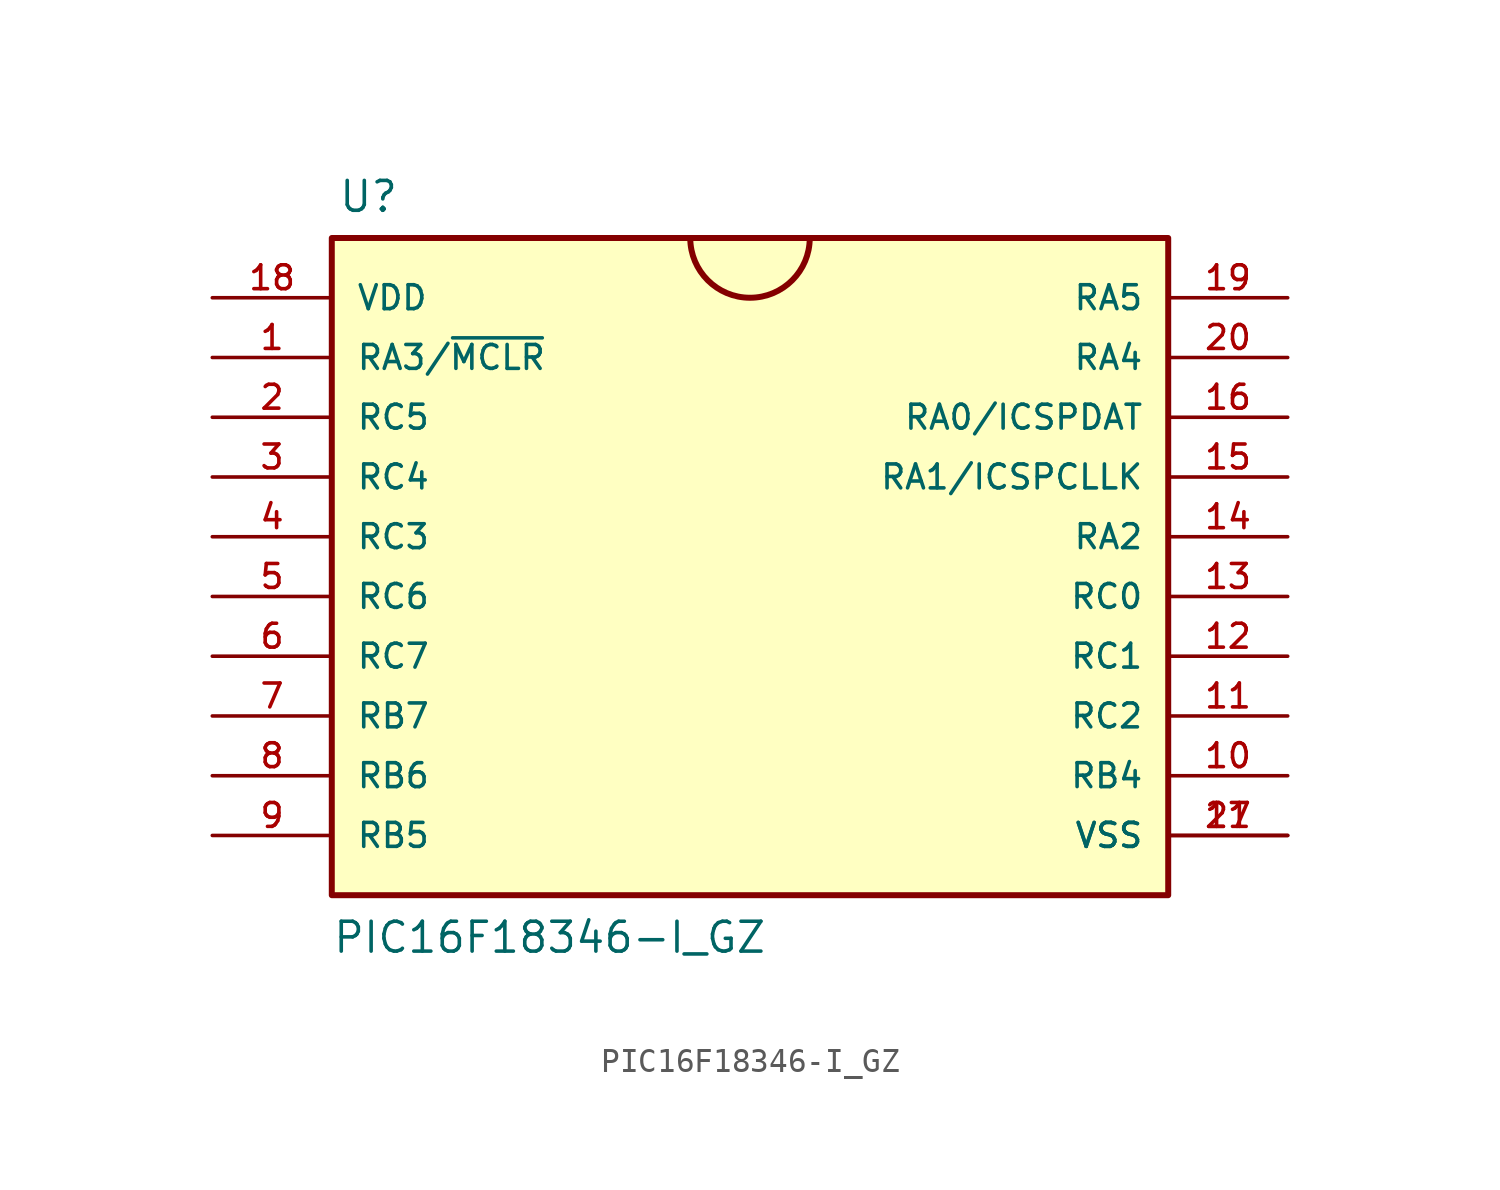
<source format=kicad_sym>
(kicad_symbol_lib
  (version 20211014)
  (generator kicad_symbol_editor)
  (symbol "PIC16F18346-I_GZ"
    (pin_names
      (offset 1.016))
    (property "Reference" "U"
      (at -17.526 13.716 0)
      (effects (font (size 1.27 1.27)) (justify bottom left)))
    (property "Value" "PIC16F18346-I_GZ"
      (at -17.78 -17.78 0)
      (effects (font (size 1.27 1.27)) (justify bottom left)))
    (symbol "PIC16F18346-I_GZ_0_0"
      (arc (start -2.54 12.7) (mid 0.0 10.16) (end 2.54 12.7) (stroke (width 0.254) (type default) (color 0 0 0 0)) (fill (type none)))
      (rectangle (start -17.78 -15.24) (end 17.78 12.7) (stroke (width 0.254)) (fill (type background)))
      (pin bidirectional line (at 22.86 5.08 180.0) (length 5.08) (name "RA0/ICSPDAT" (effects (font (size 1.016 1.016)))) (number "16" (effects (font (size 1.016 1.016)))))
      (pin bidirectional line (at 22.86 2.54 180.0) (length 5.08) (name "RA1/ICSPCLLK" (effects (font (size 1.016 1.016)))) (number "15" (effects (font (size 1.016 1.016)))))
      (pin bidirectional line (at 22.86 0.0 180.0) (length 5.08) (name "RA2" (effects (font (size 1.016 1.016)))) (number "14" (effects (font (size 1.016 1.016)))))
      (pin bidirectional line (at -22.86 7.62 0) (length 5.08) (name "RA3/~{MCLR}" (effects (font (size 1.016 1.016)))) (number "1" (effects (font (size 1.016 1.016)))))
      (pin bidirectional line (at 22.86 7.62 180.0) (length 5.08) (name "RA4" (effects (font (size 1.016 1.016)))) (number "20" (effects (font (size 1.016 1.016)))))
      (pin bidirectional line (at 22.86 10.16 180.0) (length 5.08) (name "RA5" (effects (font (size 1.016 1.016)))) (number "19" (effects (font (size 1.016 1.016)))))
      (pin bidirectional line (at 22.86 -2.54 180.0) (length 5.08) (name "RC0" (effects (font (size 1.016 1.016)))) (number "13" (effects (font (size 1.016 1.016)))))
      (pin bidirectional line (at 22.86 -5.08 180.0) (length 5.08) (name "RC1" (effects (font (size 1.016 1.016)))) (number "12" (effects (font (size 1.016 1.016)))))
      (pin bidirectional line (at 22.86 -7.62 180.0) (length 5.08) (name "RC2" (effects (font (size 1.016 1.016)))) (number "11" (effects (font (size 1.016 1.016)))))
      (pin bidirectional line (at -22.86 0.0 0) (length 5.08) (name "RC3" (effects (font (size 1.016 1.016)))) (number "4" (effects (font (size 1.016 1.016)))))
      (pin bidirectional line (at -22.86 2.54 0) (length 5.08) (name "RC4" (effects (font (size 1.016 1.016)))) (number "3" (effects (font (size 1.016 1.016)))))
      (pin bidirectional line (at -22.86 5.08 0) (length 5.08) (name "RC5" (effects (font (size 1.016 1.016)))) (number "2" (effects (font (size 1.016 1.016)))))
      (pin bidirectional line (at -22.86 10.16 0) (length 5.08) (name "VDD" (effects (font (size 1.016 1.016)))) (number "18" (effects (font (size 1.016 1.016)))))
      (pin bidirectional line (at 22.86 -12.7 180.0) (length 5.08) (name "VSS" (effects (font (size 1.016 1.016)))) (number "17" (effects (font (size 1.016 1.016)))))
      (pin bidirectional line (at 22.86 -12.7 180.0) (length 5.08) (name "VSS" (effects (font (size 1.016 1.016)))) (number "21" (effects (font (size 1.016 1.016)))))
      (pin bidirectional line (at -22.86 -2.54 0) (length 5.08) (name "RC6" (effects (font (size 1.016 1.016)))) (number "5" (effects (font (size 1.016 1.016)))))
      (pin bidirectional line (at -22.86 -5.08 0) (length 5.08) (name "RC7" (effects (font (size 1.016 1.016)))) (number "6" (effects (font (size 1.016 1.016)))))
      (pin bidirectional line (at -22.86 -10.16 0) (length 5.08) (name "RB6" (effects (font (size 1.016 1.016)))) (number "8" (effects (font (size 1.016 1.016)))))
      (pin bidirectional line (at -22.86 -7.62 0) (length 5.08) (name "RB7" (effects (font (size 1.016 1.016)))) (number "7" (effects (font (size 1.016 1.016)))))
      (pin bidirectional line (at -22.86 -12.7 0) (length 5.08) (name "RB5" (effects (font (size 1.016 1.016)))) (number "9" (effects (font (size 1.016 1.016)))))
      (pin bidirectional line (at 22.86 -10.16 180.0) (length 5.08) (name "RB4" (effects (font (size 1.016 1.016)))) (number "10" (effects (font (size 1.016 1.016))))))))
</source>
